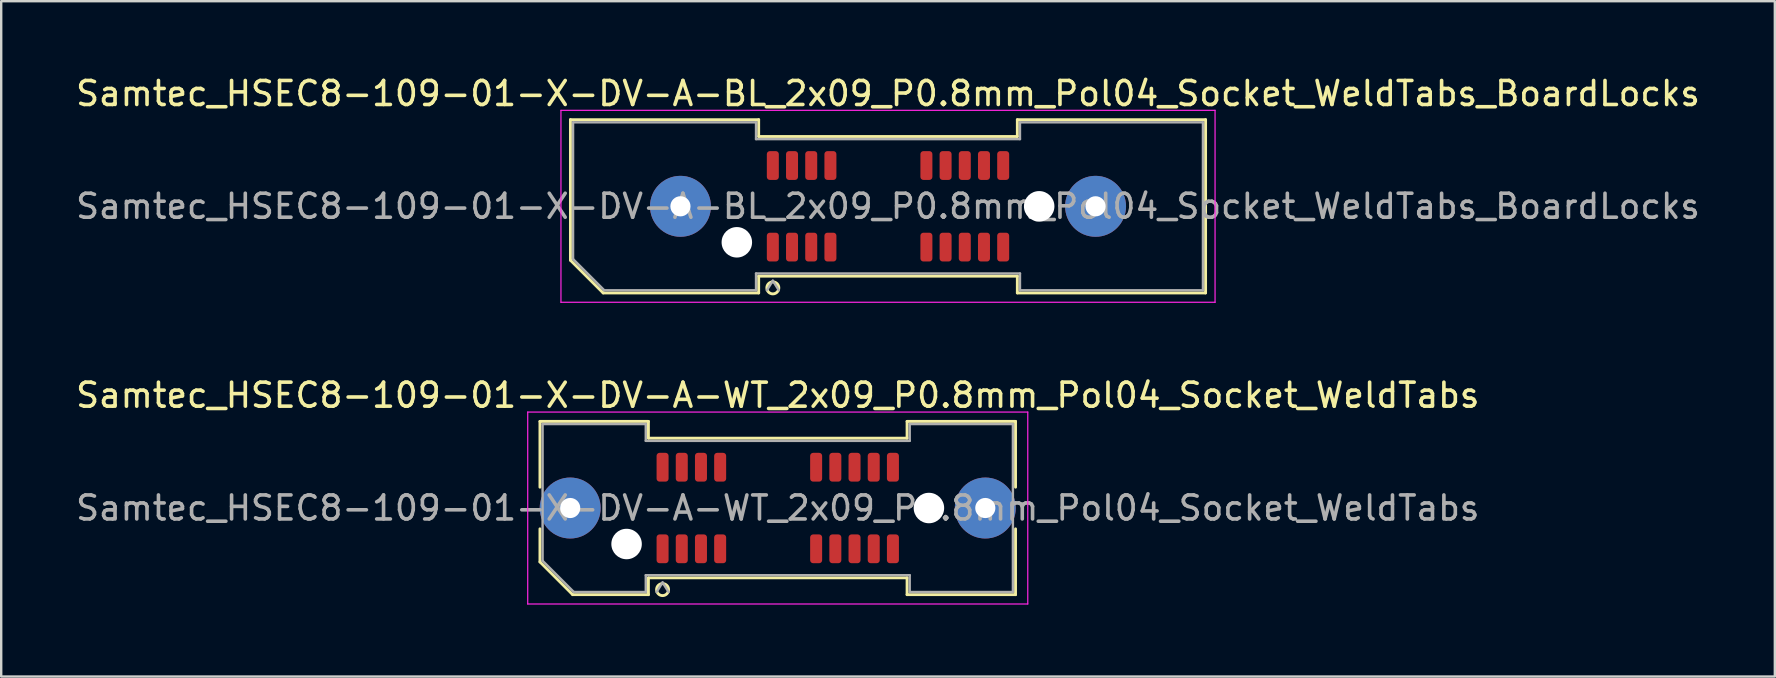
<source format=kicad_pcb>
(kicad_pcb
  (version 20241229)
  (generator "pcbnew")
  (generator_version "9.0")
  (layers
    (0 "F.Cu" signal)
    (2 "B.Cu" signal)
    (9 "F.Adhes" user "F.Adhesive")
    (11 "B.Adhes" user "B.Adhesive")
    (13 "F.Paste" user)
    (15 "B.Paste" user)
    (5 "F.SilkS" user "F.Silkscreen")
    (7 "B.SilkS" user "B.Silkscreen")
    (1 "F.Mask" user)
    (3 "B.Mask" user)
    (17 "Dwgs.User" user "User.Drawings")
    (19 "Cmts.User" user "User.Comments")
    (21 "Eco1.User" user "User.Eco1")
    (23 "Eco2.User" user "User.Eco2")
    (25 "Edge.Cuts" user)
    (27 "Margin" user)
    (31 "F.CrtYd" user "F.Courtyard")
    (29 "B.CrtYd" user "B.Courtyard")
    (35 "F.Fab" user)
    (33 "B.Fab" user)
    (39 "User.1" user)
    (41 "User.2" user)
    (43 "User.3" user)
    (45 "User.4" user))
  (footprint "Samtec_HSEC8-109-01-X-DV-A-BL_2x09_P0.8mm_Pol04_Socket_WeldTabs_BoardLocks"
    (layer "F.Cu")
    (at 33.958 5.548)
    (property "Reference" "Samtec_HSEC8-109-01-X-DV-A-BL_2x09_P0.8mm_Pol04_Socket_WeldTabs_BoardLocks" (at 0 -4.7 0) (layer "F.SilkS") (effects (font (size 1 1) (thickness 0.15))))
    (attr smd)
    (fp_line (start -13.235 -3.61) (end -5.39 -3.61) (stroke (width 0.12) (type solid)) (layer "F.SilkS"))
    (fp_line (start -13.235 2.246) (end -13.235 -3.61) (stroke (width 0.12) (type solid)) (layer "F.SilkS"))
    (fp_line (start -11.871 3.61) (end -13.235 2.246) (stroke (width 0.12) (type solid)) (layer "F.SilkS"))
    (fp_line (start -5.39 -3.61) (end -5.39 -2.91) (stroke (width 0.12) (type solid)) (layer "F.SilkS"))
    (fp_line (start -5.39 -2.91) (end 5.39 -2.91) (stroke (width 0.12) (type solid)) (layer "F.SilkS"))
    (fp_line (start -5.39 2.91) (end -5.39 3.61) (stroke (width 0.12) (type solid)) (layer "F.SilkS"))
    (fp_line (start -5.39 3.61) (end -11.871 3.61) (stroke (width 0.12) (type solid)) (layer "F.SilkS"))
    (fp_line (start 5.39 -3.61) (end 13.235 -3.61) (stroke (width 0.12) (type solid)) (layer "F.SilkS"))
    (fp_line (start 5.39 -2.91) (end 5.39 -3.61) (stroke (width 0.12) (type solid)) (layer "F.SilkS"))
    (fp_line (start 5.39 2.91) (end -5.39 2.91) (stroke (width 0.12) (type solid)) (layer "F.SilkS"))
    (fp_line (start 5.39 3.61) (end 5.39 2.91) (stroke (width 0.12) (type solid)) (layer "F.SilkS"))
    (fp_line (start 13.235 -3.61) (end 13.235 3.61) (stroke (width 0.12) (type solid)) (layer "F.SilkS"))
    (fp_line (start 13.235 3.61) (end 5.39 3.61) (stroke (width 0.12) (type solid)) (layer "F.SilkS"))
    (fp_circle (center -4.8 3.4) (end -4.55 3.4) (stroke (width 0.12) (type solid)) (fill no) (layer "F.SilkS"))
    (fp_line (start -13.63 -4) (end -13.63 4) (stroke (width 0.05) (type solid)) (layer "F.CrtYd"))
    (fp_line (start -13.63 4) (end 13.63 4) (stroke (width 0.05) (type solid)) (layer "F.CrtYd"))
    (fp_line (start 13.63 -4) (end -13.63 -4) (stroke (width 0.05) (type solid)) (layer "F.CrtYd"))
    (fp_line (start 13.63 4) (end 13.63 -4) (stroke (width 0.05) (type solid)) (layer "F.CrtYd"))
    (fp_line (start -13.125 -3.5) (end -5.5 -3.5) (stroke (width 0.1) (type solid)) (layer "F.Fab"))
    (fp_line (start -13.125 2.2) (end -13.125 -3.5) (stroke (width 0.1) (type solid)) (layer "F.Fab"))
    (fp_line (start -11.825 3.5) (end -13.125 2.2) (stroke (width 0.1) (type solid)) (layer "F.Fab"))
    (fp_line (start -5.5 -3.5) (end -5.5 -2.8) (stroke (width 0.1) (type solid)) (layer "F.Fab"))
    (fp_line (start -5.5 -2.8) (end 5.5 -2.8) (stroke (width 0.1) (type solid)) (layer "F.Fab"))
    (fp_line (start -5.5 2.8) (end -5.5 3.5) (stroke (width 0.1) (type solid)) (layer "F.Fab"))
    (fp_line (start -5.5 3.5) (end -11.825 3.5) (stroke (width 0.1) (type solid)) (layer "F.Fab"))
    (fp_line (start -4.8 3.1) (end -5.05 3.5) (stroke (width 0.1) (type solid)) (layer "F.Fab"))
    (fp_line (start -4.8 3.1) (end -4.55 3.5) (stroke (width 0.1) (type solid)) (layer "F.Fab"))
    (fp_line (start 5.5 -3.5) (end 13.125 -3.5) (stroke (width 0.1) (type solid)) (layer "F.Fab"))
    (fp_line (start 5.5 -2.8) (end 5.5 -3.5) (stroke (width 0.1) (type solid)) (layer "F.Fab"))
    (fp_line (start 5.5 2.8) (end -5.5 2.8) (stroke (width 0.1) (type solid)) (layer "F.Fab"))
    (fp_line (start 5.5 3.5) (end 5.5 2.8) (stroke (width 0.1) (type solid)) (layer "F.Fab"))
    (fp_line (start 13.125 -3.5) (end 13.125 3.5) (stroke (width 0.1) (type solid)) (layer "F.Fab"))
    (fp_line (start 13.125 3.5) (end 5.5 3.5) (stroke (width 0.1) (type solid)) (layer "F.Fab"))
    (fp_text user "${REFERENCE}" (at 0 0 0) (layer "F.Fab") (effects (font (size 1 1) (thickness 0.15))))
    (pad "" thru_hole circle (at -8.65 0) (size 2.54 2.54) (drill 0.84) (layers "*.Cu" "*.Mask" "F.Paste"))
    (pad "" np_thru_hole circle (at -6.3 1.5) (size 1.27 1.27) (drill 1.27) (layers "*.Cu" "*.Mask"))
    (pad "" np_thru_hole circle (at 6.3 0) (size 1.27 1.27) (drill 1.27) (layers "*.Cu" "*.Mask"))
    (pad "" thru_hole circle (at 8.65 0) (size 2.54 2.54) (drill 0.84) (layers "*.Cu" "*.Mask" "F.Paste"))
    (pad "1" smd roundrect (at -4.8 1.7) (size 0.5 1.2) (layers "F.Cu" "F.Mask" "F.Paste") (roundrect_rratio 0.25))
    (pad "2" smd roundrect (at -4.8 -1.7) (size 0.5 1.2) (layers "F.Cu" "F.Mask" "F.Paste") (roundrect_rratio 0.25))
    (pad "3" smd roundrect (at -4 1.7) (size 0.5 1.2) (layers "F.Cu" "F.Mask" "F.Paste") (roundrect_rratio 0.25))
    (pad "4" smd roundrect (at -4 -1.7) (size 0.5 1.2) (layers "F.Cu" "F.Mask" "F.Paste") (roundrect_rratio 0.25))
    (pad "5" smd roundrect (at -3.2 1.7) (size 0.5 1.2) (layers "F.Cu" "F.Mask" "F.Paste") (roundrect_rratio 0.25))
    (pad "6" smd roundrect (at -3.2 -1.7) (size 0.5 1.2) (layers "F.Cu" "F.Mask" "F.Paste") (roundrect_rratio 0.25))
    (pad "7" smd roundrect (at -2.4 1.7) (size 0.5 1.2) (layers "F.Cu" "F.Mask" "F.Paste") (roundrect_rratio 0.25))
    (pad "8" smd roundrect (at -2.4 -1.7) (size 0.5 1.2) (layers "F.Cu" "F.Mask" "F.Paste") (roundrect_rratio 0.25))
    (pad "9" smd roundrect (at 1.6 1.7) (size 0.5 1.2) (layers "F.Cu" "F.Mask" "F.Paste") (roundrect_rratio 0.25))
    (pad "10" smd roundrect (at 1.6 -1.7) (size 0.5 1.2) (layers "F.Cu" "F.Mask" "F.Paste") (roundrect_rratio 0.25))
    (pad "11" smd roundrect (at 2.4 1.7) (size 0.5 1.2) (layers "F.Cu" "F.Mask" "F.Paste") (roundrect_rratio 0.25))
    (pad "12" smd roundrect (at 2.4 -1.7) (size 0.5 1.2) (layers "F.Cu" "F.Mask" "F.Paste") (roundrect_rratio 0.25))
    (pad "13" smd roundrect (at 3.2 1.7) (size 0.5 1.2) (layers "F.Cu" "F.Mask" "F.Paste") (roundrect_rratio 0.25))
    (pad "14" smd roundrect (at 3.2 -1.7) (size 0.5 1.2) (layers "F.Cu" "F.Mask" "F.Paste") (roundrect_rratio 0.25))
    (pad "15" smd roundrect (at 4 1.7) (size 0.5 1.2) (layers "F.Cu" "F.Mask" "F.Paste") (roundrect_rratio 0.25))
    (pad "16" smd roundrect (at 4 -1.7) (size 0.5 1.2) (layers "F.Cu" "F.Mask" "F.Paste") (roundrect_rratio 0.25))
    (pad "17" smd roundrect (at 4.8 1.7) (size 0.5 1.2) (layers "F.Cu" "F.Mask" "F.Paste") (roundrect_rratio 0.25))
    (pad "18" smd roundrect (at 4.8 -1.7) (size 0.5 1.2) (layers "F.Cu" "F.Mask" "F.Paste") (roundrect_rratio 0.25)))
  (footprint "Samtec_HSEC8-109-01-X-DV-A-WT_2x09_P0.8mm_Pol04_Socket_WeldTabs"
    (layer "F.Cu")
    (at 29.363 18.122)
    (property "Reference" "Samtec_HSEC8-109-01-X-DV-A-WT_2x09_P0.8mm_Pol04_Socket_WeldTabs" (at 0 -4.7 0) (layer "F.SilkS") (effects (font (size 1 1) (thickness 0.15))))
    (attr smd)
    (fp_line (start -9.91 -3.61) (end -5.39 -3.61) (stroke (width 0.12) (type solid)) (layer "F.SilkS"))
    (fp_line (start -9.91 -0.868) (end -9.91 -3.61) (stroke (width 0.12) (type solid)) (layer "F.SilkS"))
    (fp_line (start -9.91 2.246) (end -9.91 0.868) (stroke (width 0.12) (type solid)) (layer "F.SilkS"))
    (fp_line (start -8.546 3.61) (end -9.91 2.246) (stroke (width 0.12) (type solid)) (layer "F.SilkS"))
    (fp_line (start -5.39 -3.61) (end -5.39 -2.91) (stroke (width 0.12) (type solid)) (layer "F.SilkS"))
    (fp_line (start -5.39 -2.91) (end 5.39 -2.91) (stroke (width 0.12) (type solid)) (layer "F.SilkS"))
    (fp_line (start -5.39 2.91) (end -5.39 3.61) (stroke (width 0.12) (type solid)) (layer "F.SilkS"))
    (fp_line (start -5.39 3.61) (end -8.546 3.61) (stroke (width 0.12) (type solid)) (layer "F.SilkS"))
    (fp_line (start 5.39 -3.61) (end 9.91 -3.61) (stroke (width 0.12) (type solid)) (layer "F.SilkS"))
    (fp_line (start 5.39 -2.91) (end 5.39 -3.61) (stroke (width 0.12) (type solid)) (layer "F.SilkS"))
    (fp_line (start 5.39 2.91) (end -5.39 2.91) (stroke (width 0.12) (type solid)) (layer "F.SilkS"))
    (fp_line (start 5.39 3.61) (end 5.39 2.91) (stroke (width 0.12) (type solid)) (layer "F.SilkS"))
    (fp_line (start 9.91 -3.61) (end 9.91 -0.868) (stroke (width 0.12) (type solid)) (layer "F.SilkS"))
    (fp_line (start 9.91 0.868) (end 9.91 3.61) (stroke (width 0.12) (type solid)) (layer "F.SilkS"))
    (fp_line (start 9.91 3.61) (end 5.39 3.61) (stroke (width 0.12) (type solid)) (layer "F.SilkS"))
    (fp_arc (start -4.55 3.4) (mid -5.05 3.4) (end -4.55 3.4) (stroke (width 0.12) (type solid)) (layer "F.SilkS"))
    (fp_line (start -10.42 -4) (end -10.42 4) (stroke (width 0.05) (type solid)) (layer "F.CrtYd"))
    (fp_line (start -10.42 4) (end 10.42 4) (stroke (width 0.05) (type solid)) (layer "F.CrtYd"))
    (fp_line (start 10.42 -4) (end -10.42 -4) (stroke (width 0.05) (type solid)) (layer "F.CrtYd"))
    (fp_line (start 10.42 4) (end 10.42 -4) (stroke (width 0.05) (type solid)) (layer "F.CrtYd"))
    (fp_line (start -9.8 -3.5) (end -5.5 -3.5) (stroke (width 0.1) (type solid)) (layer "F.Fab"))
    (fp_line (start -9.8 2.2) (end -9.8 -3.5) (stroke (width 0.1) (type solid)) (layer "F.Fab"))
    (fp_line (start -8.5 3.5) (end -9.8 2.2) (stroke (width 0.1) (type solid)) (layer "F.Fab"))
    (fp_line (start -5.5 -3.5) (end -5.5 -2.8) (stroke (width 0.1) (type solid)) (layer "F.Fab"))
    (fp_line (start -5.5 -2.8) (end 5.5 -2.8) (stroke (width 0.1) (type solid)) (layer "F.Fab"))
    (fp_line (start -5.5 2.8) (end -5.5 3.5) (stroke (width 0.1) (type solid)) (layer "F.Fab"))
    (fp_line (start -5.5 3.5) (end -8.5 3.5) (stroke (width 0.1) (type solid)) (layer "F.Fab"))
    (fp_line (start -4.8 3.1) (end -5.05 3.5) (stroke (width 0.1) (type solid)) (layer "F.Fab"))
    (fp_line (start -4.8 3.1) (end -4.55 3.5) (stroke (width 0.1) (type solid)) (layer "F.Fab"))
    (fp_line (start 5.5 -3.5) (end 9.8 -3.5) (stroke (width 0.1) (type solid)) (layer "F.Fab"))
    (fp_line (start 5.5 -2.8) (end 5.5 -3.5) (stroke (width 0.1) (type solid)) (layer "F.Fab"))
    (fp_line (start 5.5 2.8) (end -5.5 2.8) (stroke (width 0.1) (type solid)) (layer "F.Fab"))
    (fp_line (start 5.5 3.5) (end 5.5 2.8) (stroke (width 0.1) (type solid)) (layer "F.Fab"))
    (fp_line (start 9.8 -3.5) (end 9.8 3.5) (stroke (width 0.1) (type solid)) (layer "F.Fab"))
    (fp_line (start 9.8 3.5) (end 5.5 3.5) (stroke (width 0.1) (type solid)) (layer "F.Fab"))
    (fp_text user "${REFERENCE}" (at 0 0 0) (layer "F.Fab") (effects (font (size 1 1) (thickness 0.15))))
    (pad "" thru_hole circle (at -8.65 0) (size 2.54 2.54) (drill 0.84) (layers "*.Cu" "*.Mask" "F.Paste"))
    (pad "" np_thru_hole circle (at -6.3 1.5) (size 1.27 1.27) (drill 1.27) (layers "*.Cu" "*.Mask"))
    (pad "" np_thru_hole circle (at 6.3 0) (size 1.27 1.27) (drill 1.27) (layers "*.Cu" "*.Mask"))
    (pad "" thru_hole circle (at 8.65 0) (size 2.54 2.54) (drill 0.84) (layers "*.Cu" "*.Mask" "F.Paste"))
    (pad "1" smd roundrect (at -4.8 1.7) (size 0.5 1.2) (layers "F.Cu" "F.Mask" "F.Paste") (roundrect_rratio 0.25))
    (pad "2" smd roundrect (at -4.8 -1.7) (size 0.5 1.2) (layers "F.Cu" "F.Mask" "F.Paste") (roundrect_rratio 0.25))
    (pad "3" smd roundrect (at -4 1.7) (size 0.5 1.2) (layers "F.Cu" "F.Mask" "F.Paste") (roundrect_rratio 0.25))
    (pad "4" smd roundrect (at -4 -1.7) (size 0.5 1.2) (layers "F.Cu" "F.Mask" "F.Paste") (roundrect_rratio 0.25))
    (pad "5" smd roundrect (at -3.2 1.7) (size 0.5 1.2) (layers "F.Cu" "F.Mask" "F.Paste") (roundrect_rratio 0.25))
    (pad "6" smd roundrect (at -3.2 -1.7) (size 0.5 1.2) (layers "F.Cu" "F.Mask" "F.Paste") (roundrect_rratio 0.25))
    (pad "7" smd roundrect (at -2.4 1.7) (size 0.5 1.2) (layers "F.Cu" "F.Mask" "F.Paste") (roundrect_rratio 0.25))
    (pad "8" smd roundrect (at -2.4 -1.7) (size 0.5 1.2) (layers "F.Cu" "F.Mask" "F.Paste") (roundrect_rratio 0.25))
    (pad "9" smd roundrect (at 1.6 1.7) (size 0.5 1.2) (layers "F.Cu" "F.Mask" "F.Paste") (roundrect_rratio 0.25))
    (pad "10" smd roundrect (at 1.6 -1.7) (size 0.5 1.2) (layers "F.Cu" "F.Mask" "F.Paste") (roundrect_rratio 0.25))
    (pad "11" smd roundrect (at 2.4 1.7) (size 0.5 1.2) (layers "F.Cu" "F.Mask" "F.Paste") (roundrect_rratio 0.25))
    (pad "12" smd roundrect (at 2.4 -1.7) (size 0.5 1.2) (layers "F.Cu" "F.Mask" "F.Paste") (roundrect_rratio 0.25))
    (pad "13" smd roundrect (at 3.2 1.7) (size 0.5 1.2) (layers "F.Cu" "F.Mask" "F.Paste") (roundrect_rratio 0.25))
    (pad "14" smd roundrect (at 3.2 -1.7) (size 0.5 1.2) (layers "F.Cu" "F.Mask" "F.Paste") (roundrect_rratio 0.25))
    (pad "15" smd roundrect (at 4 1.7) (size 0.5 1.2) (layers "F.Cu" "F.Mask" "F.Paste") (roundrect_rratio 0.25))
    (pad "16" smd roundrect (at 4 -1.7) (size 0.5 1.2) (layers "F.Cu" "F.Mask" "F.Paste") (roundrect_rratio 0.25))
    (pad "17" smd roundrect (at 4.8 1.7) (size 0.5 1.2) (layers "F.Cu" "F.Mask" "F.Paste") (roundrect_rratio 0.25))
    (pad "18" smd roundrect (at 4.8 -1.7) (size 0.5 1.2) (layers "F.Cu" "F.Mask" "F.Paste") (roundrect_rratio 0.25)))
  (gr_rect
    (start -3 -3)
    (end 70.917 25.146)
    (stroke (width 0.1) (type default))
    (fill no)
    (layer "Edge.Cuts")))
</source>
